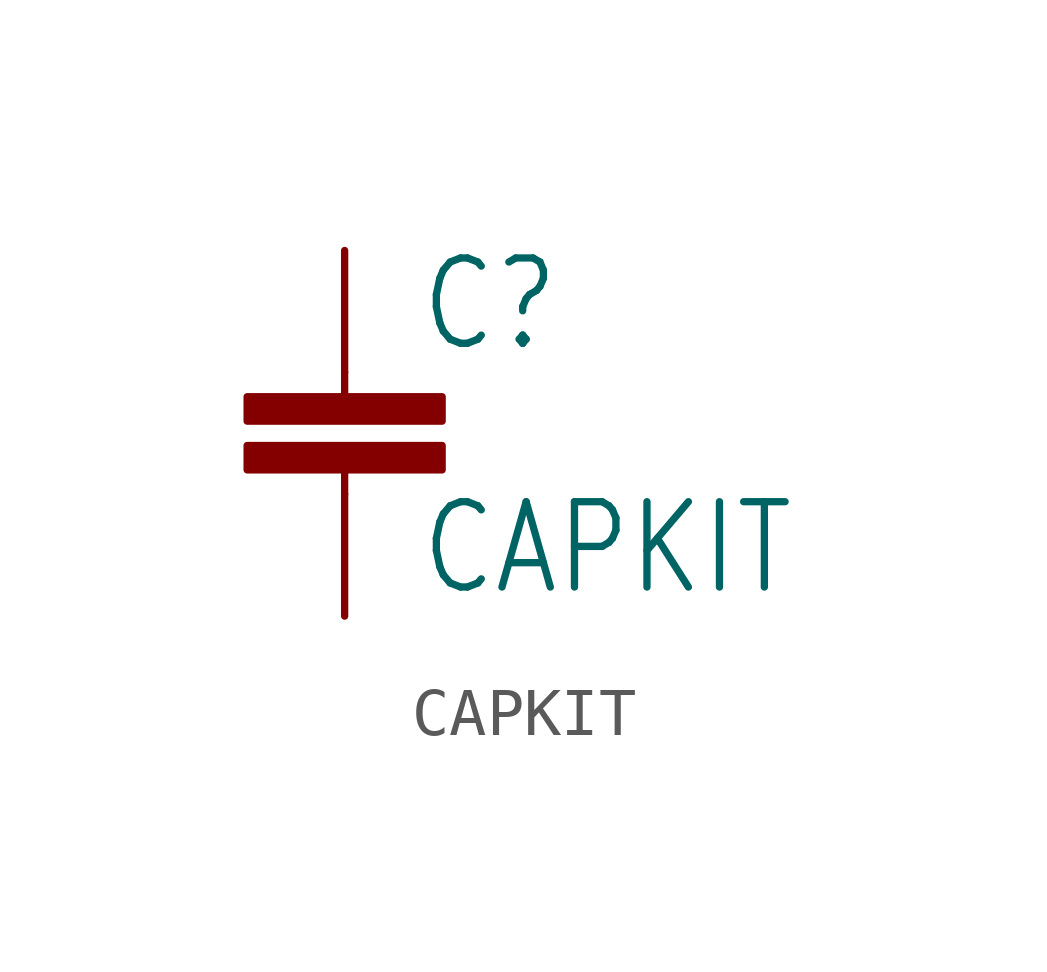
<source format=kicad_sym>
(kicad_symbol_lib
  (version 20220914)
  (generator kicad_symbol_editor)
  (symbol "CAPKIT"
    (property "Reference" "C"
      (at 1.524 2.921 0)
      (effects (font (size 1.778 1.511)) (justify left bottom)))
    (property "Value" "CAPKIT"
      (at 1.524 -2.159 0)
      (effects (font (size 1.778 1.511)) (justify left bottom)))
    (property "ki_locked" ""
      (at 0 0 0)
      (effects (font (size 1.27 1.27))))
    (symbol "CAPKIT_1_0"
      (rectangle (start -2.032 0.508) (end 2.032 1.016) (stroke (width 0) (type default)) (fill (type outline)))
      (rectangle (start -2.032 1.524) (end 2.032 2.032) (stroke (width 0) (type default)) (fill (type outline)))
      (polyline (pts (xy 0 0) (xy 0 0.508)) (stroke (width 0.152) (type default)) (fill (type none)))
      (polyline (pts (xy 0 2.54) (xy 0 2.032)) (stroke (width 0.152) (type default)) (fill (type none)))
      (pin passive line (at 0 5.08 270) (length 2.54) (name "1" (effects (font (size 0 0)))) (number "1" (effects (font (size 0 0)))))
      (pin passive line (at 0 -2.54 90) (length 2.54) (name "2" (effects (font (size 0 0)))) (number "2" (effects (font (size 0 0))))))))
</source>
